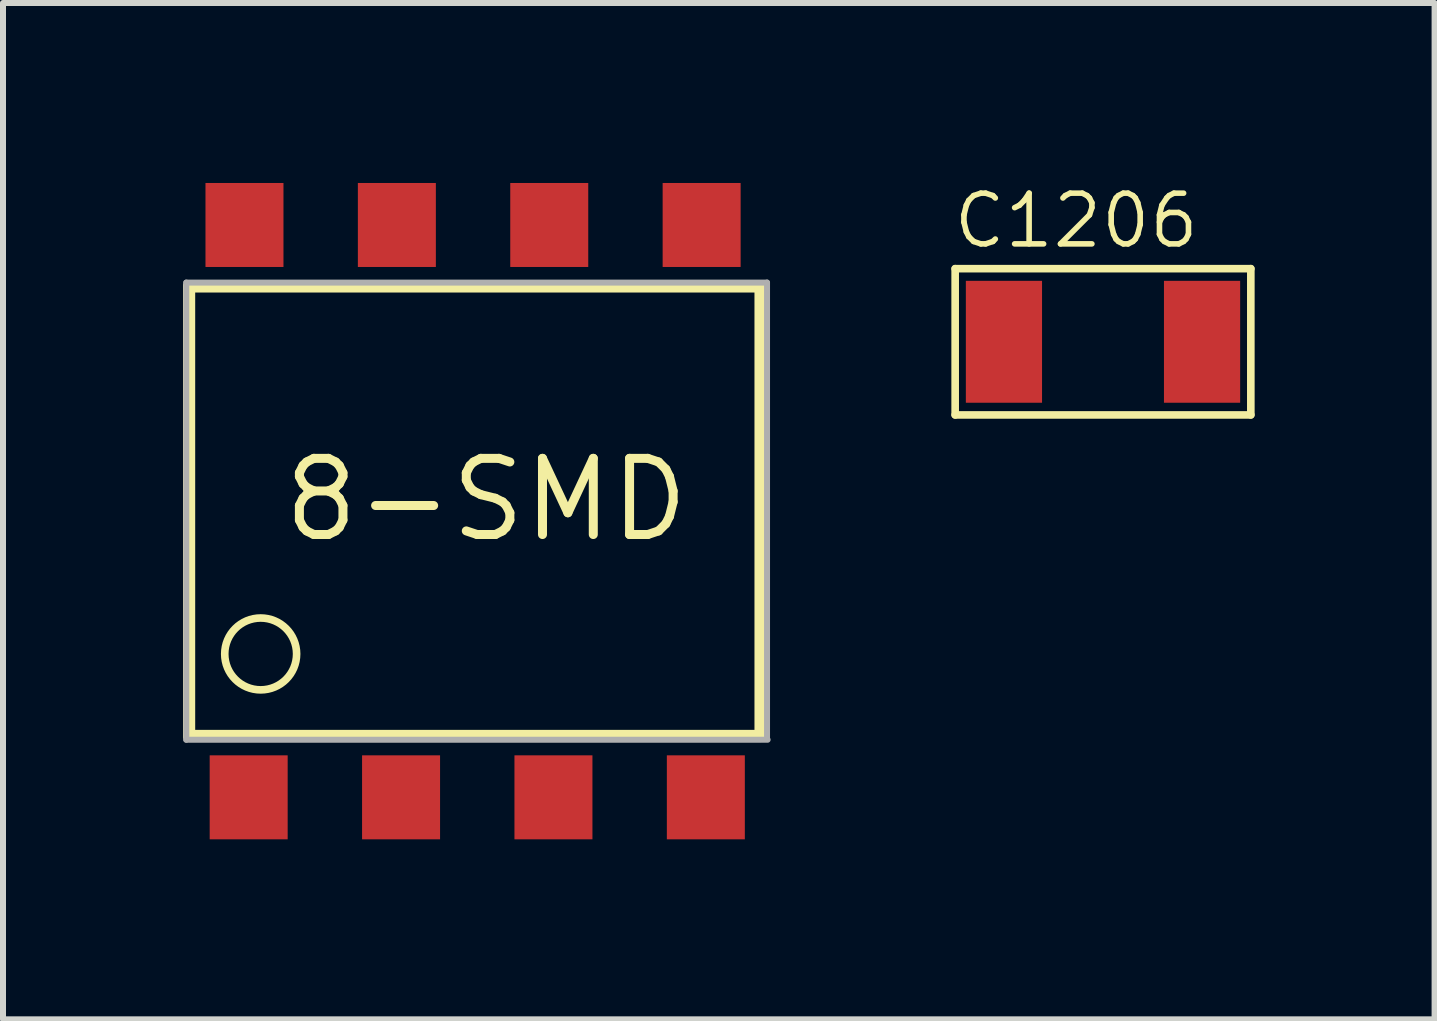
<source format=kicad_pcb>
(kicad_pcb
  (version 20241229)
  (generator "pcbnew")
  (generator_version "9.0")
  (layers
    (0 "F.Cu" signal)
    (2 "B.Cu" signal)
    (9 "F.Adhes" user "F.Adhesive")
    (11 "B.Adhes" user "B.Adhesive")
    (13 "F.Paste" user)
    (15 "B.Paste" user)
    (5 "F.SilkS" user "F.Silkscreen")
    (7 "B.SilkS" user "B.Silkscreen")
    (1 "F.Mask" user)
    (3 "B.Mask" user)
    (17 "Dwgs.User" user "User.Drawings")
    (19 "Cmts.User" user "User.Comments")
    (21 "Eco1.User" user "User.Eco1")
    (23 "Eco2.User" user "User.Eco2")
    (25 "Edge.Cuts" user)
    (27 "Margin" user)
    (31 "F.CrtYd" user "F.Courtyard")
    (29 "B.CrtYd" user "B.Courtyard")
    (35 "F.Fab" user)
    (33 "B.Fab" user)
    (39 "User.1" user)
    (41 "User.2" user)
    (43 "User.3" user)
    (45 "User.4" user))
  (footprint "C1206"
    (layer "F.Cu")
    (at 15.335 2.647)
    (property "Reference" "C1206" (at -2.54 -1.524 0) (layer "F.SilkS") (effects (font (size 0.845 0.845) (thickness 0.093)) (justify left bottom)))
    (attr through_hole)
    (fp_line (start -2.464 -1.219) (end 2.464 -1.219) (stroke (width 0.127) (type solid)) (layer "F.SilkS"))
    (fp_line (start -2.464 1.219) (end -2.464 -1.219) (stroke (width 0.127) (type solid)) (layer "F.SilkS"))
    (fp_line (start 2.464 -1.219) (end 2.464 1.219) (stroke (width 0.127) (type solid)) (layer "F.SilkS"))
    (fp_line (start 2.464 1.219) (end -2.464 1.219) (stroke (width 0.127) (type solid)) (layer "F.SilkS"))
    (pad "1" smd rect (at -1.651 0) (size 1.27 2.032) (layers "F.Cu" "F.Mask" "F.Paste"))
    (pad "2" smd rect (at 1.651 0) (size 1.27 2.032) (layers "F.Cu" "F.Mask" "F.Paste")))
  (footprint "8-SMD"
    (layer "F.Cu")
    (at 5.055 5.28)
    (property "Reference" "8-SMD" (at 0 0 0) (layer "F.SilkS") (effects (font (size 1.27 1.27) (thickness 0.15))))
    (attr through_hole)
    (fp_line (start -4.953 -3.556) (end 4.572 -3.556) (stroke (width 0.203) (type solid)) (layer "F.SilkS"))
    (fp_line (start -4.953 3.937) (end -4.953 -3.556) (stroke (width 0.203) (type solid)) (layer "F.SilkS"))
    (fp_line (start 4.572 -3.556) (end 4.572 3.937) (stroke (width 0.203) (type solid)) (layer "F.SilkS"))
    (fp_line (start 4.572 3.937) (end -4.953 3.937) (stroke (width 0.203) (type solid)) (layer "F.SilkS"))
    (fp_circle (center -3.76 2.57) (end -3.161 2.57) (stroke (width 0.127) (type solid)) (fill no) (layer "F.SilkS"))
    (fp_line (start -5 -3.62) (end 4.68 -3.62) (stroke (width 0.1) (type solid)) (layer "F.Fab"))
    (fp_line (start -5 4) (end -5 -3.62) (stroke (width 0.1) (type solid)) (layer "F.Fab"))
    (fp_line (start -5 4) (end 4.69 4) (stroke (width 0.1) (type solid)) (layer "F.Fab"))
    (fp_line (start 4.68 -3.62) (end 4.68 3.98) (stroke (width 0.1) (type solid)) (layer "F.Fab"))
    (pad "1" smd rect (at -3.96 4.96) (size 1.3 1.4) (layers "F.Cu" "F.Mask" "F.Paste"))
    (pad "2" smd rect (at -1.42 4.96) (size 1.3 1.4) (layers "F.Cu" "F.Mask" "F.Paste"))
    (pad "3" smd rect (at 1.12 4.96) (size 1.3 1.4) (layers "F.Cu" "F.Mask" "F.Paste"))
    (pad "4" smd rect (at 3.66 4.96) (size 1.3 1.4) (layers "F.Cu" "F.Mask" "F.Paste"))
    (pad "5" smd rect (at 3.59 -4.58) (size 1.3 1.4) (layers "F.Cu" "F.Mask" "F.Paste"))
    (pad "6" smd rect (at 1.05 -4.58) (size 1.3 1.4) (layers "F.Cu" "F.Mask" "F.Paste"))
    (pad "7" smd rect (at -1.49 -4.58) (size 1.3 1.4) (layers "F.Cu" "F.Mask" "F.Paste"))
    (pad "8" smd rect (at -4.03 -4.58) (size 1.3 1.4) (layers "F.Cu" "F.Mask" "F.Paste")))
  (gr_rect
    (start -3 -3)
    (end 20.862 13.94)
    (stroke (width 0.1) (type default))
    (fill no)
    (layer "Edge.Cuts")))
</source>
